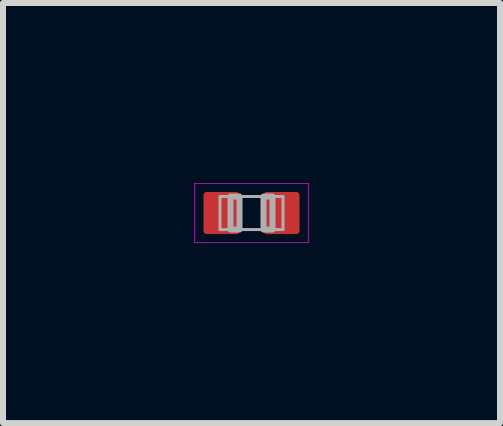
<source format=kicad_pcb>
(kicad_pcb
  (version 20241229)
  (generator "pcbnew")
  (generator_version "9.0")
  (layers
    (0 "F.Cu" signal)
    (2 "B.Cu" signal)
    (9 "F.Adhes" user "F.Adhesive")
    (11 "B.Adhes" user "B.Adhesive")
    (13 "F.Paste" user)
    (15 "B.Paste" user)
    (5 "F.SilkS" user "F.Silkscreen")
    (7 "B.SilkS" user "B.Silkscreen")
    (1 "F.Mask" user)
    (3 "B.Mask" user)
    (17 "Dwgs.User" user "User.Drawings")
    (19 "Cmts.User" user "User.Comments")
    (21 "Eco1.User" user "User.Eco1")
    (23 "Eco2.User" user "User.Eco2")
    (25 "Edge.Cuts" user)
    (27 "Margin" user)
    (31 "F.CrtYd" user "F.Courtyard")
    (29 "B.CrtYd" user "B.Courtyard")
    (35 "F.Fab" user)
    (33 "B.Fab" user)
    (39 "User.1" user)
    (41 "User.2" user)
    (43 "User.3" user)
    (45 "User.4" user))
  (footprint ".0402-B-NOSILK"
    (layer "F.Cu")
    (at 1.141 0.5)
    (property "Reference" ".0402-B-NOSILK" (at 0 0 0) (layer "F.Mask") (effects (font (size 0.17 0.17) (thickness 0.03))))
    (fp_line (start -0.525 -0.275) (end 0.525 -0.275) (stroke (width 0.05) (type solid)) (layer "F.Mask"))
    (fp_line (start -0.525 0.275) (end -0.525 -0.275) (stroke (width 0.05) (type solid)) (layer "F.Mask"))
    (fp_line (start 0.525 -0.275) (end 0.525 0.275) (stroke (width 0.05) (type solid)) (layer "F.Mask"))
    (fp_line (start 0.525 0.275) (end -0.525 0.275) (stroke (width 0.05) (type solid)) (layer "F.Mask"))
    (fp_poly (pts (xy -0.86 0.41) (xy -0.14 0.41) (xy -0.14 -0.41) (xy -0.86 -0.41)) (stroke (width 0) (type solid)) (fill yes) (layer "F.Mask"))
    (fp_poly (pts (xy 0.14 0.41) (xy 0.86 0.41) (xy 0.86 -0.41) (xy 0.14 -0.41)) (stroke (width 0) (type solid)) (fill yes) (layer "F.Mask"))
    (fp_line (start -0.945 -0.495) (end -0.945 0.495) (stroke (width 0.01) (type solid)) (layer "F.CrtYd"))
    (fp_line (start -0.945 0.495) (end 0.945 0.495) (stroke (width 0.01) (type solid)) (layer "F.CrtYd"))
    (fp_line (start 0.945 -0.495) (end -0.945 -0.495) (stroke (width 0.01) (type solid)) (layer "F.CrtYd"))
    (fp_line (start 0.945 0.495) (end 0.945 -0.495) (stroke (width 0.01) (type solid)) (layer "F.CrtYd"))
    (fp_line (start -0.525 -0.275) (end 0.525 -0.275) (stroke (width 0.05) (type solid)) (layer "F.Fab"))
    (fp_line (start -0.525 0.275) (end -0.525 -0.275) (stroke (width 0.05) (type solid)) (layer "F.Fab"))
    (fp_line (start 0.525 -0.275) (end 0.525 0.275) (stroke (width 0.05) (type solid)) (layer "F.Fab"))
    (fp_line (start 0.525 0.275) (end -0.525 0.275) (stroke (width 0.05) (type solid)) (layer "F.Fab"))
    (fp_poly (pts (xy -0.35 0.275) (xy -0.2 0.275) (xy -0.2 -0.275) (xy -0.35 -0.275)) (stroke (width 0.1) (type solid)) (fill no) (layer "F.Fab"))
    (fp_poly (pts (xy 0.2 0.275) (xy 0.35 0.275) (xy 0.35 -0.275) (xy 0.2 -0.275)) (stroke (width 0.1) (type solid)) (fill no) (layer "F.Fab"))
    (pad "1" smd roundrect (at -0.5 0) (size 0.6 0.7) (layers "F.Cu" "F.Paste") (roundrect_rratio 0.085))
    (pad "2" smd roundrect (at 0.5 0) (size 0.6 0.7) (layers "F.Cu" "F.Paste") (roundrect_rratio 0.085)))
  (gr_rect
    (start -3 -3)
    (end 5.282 4)
    (stroke (width 0.1) (type default))
    (fill no)
    (layer "Edge.Cuts")))
</source>
